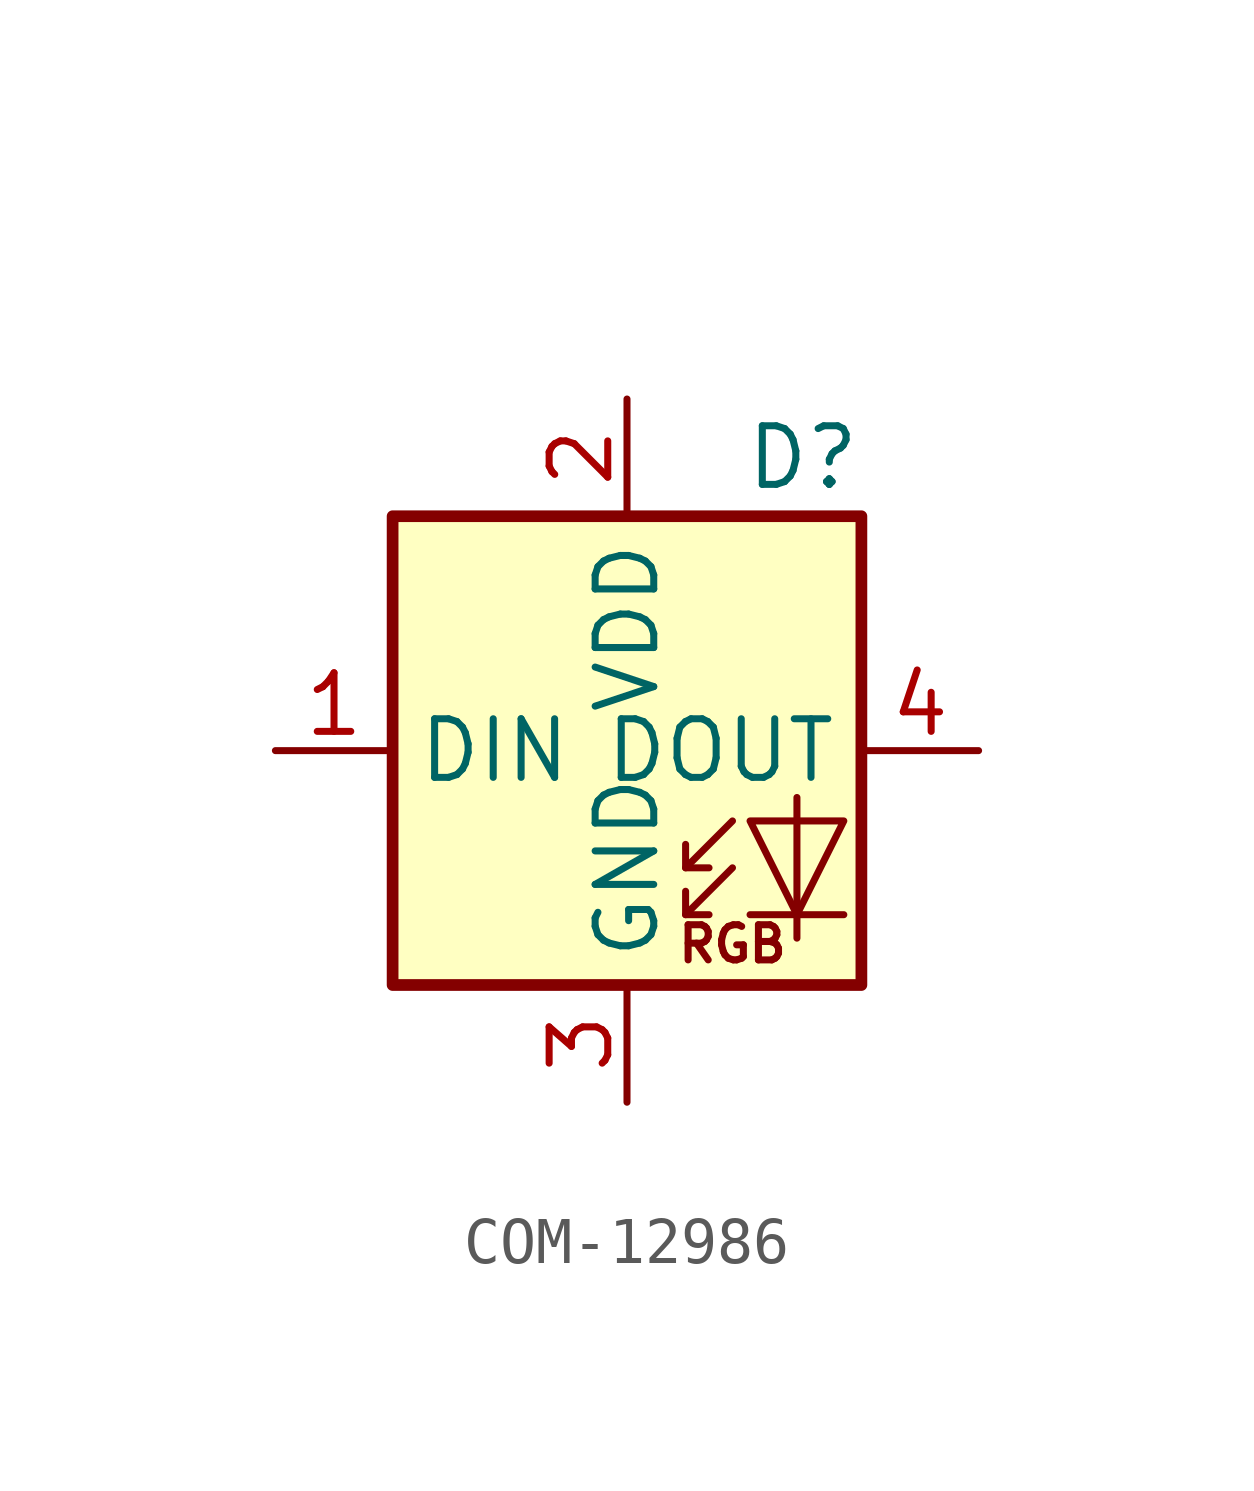
<source format=kicad_sym>
(kicad_symbol_lib
  (version 20220914)
  (generator kicad_symbol_editor)
  (symbol "COM-12986"
    (property "Reference" "D"
      (at 3.81 6.35 0)
      (effects (font (size 1.27 1.27))))
    (property "Value" ""
      (at 1.27 10.16 0)
      (effects (font (size 1.27 1.27))))
    (symbol "COM-12986_0_0"
      (text "RGB" (at 2.286 -4.191 0) (effects (font (size 0.762 0.762)))))
    (symbol "COM-12986_0_1"
      (rectangle (start -5.08 5.08) (end 5.08 -5.08) (stroke (width 0.254) (type default)) (fill (type background)))
      (polyline (pts (xy 1.27 -3.556) (xy 1.778 -3.556)) (stroke (width 0) (type default)) (fill (type none)))
      (polyline (pts (xy 1.27 -2.54) (xy 1.778 -2.54)) (stroke (width 0) (type default)) (fill (type none)))
      (polyline (pts (xy 4.699 -3.556) (xy 2.667 -3.556)) (stroke (width 0) (type default)) (fill (type none)))
      (polyline (pts (xy 2.286 -2.54) (xy 1.27 -3.556) (xy 1.27 -3.048)) (stroke (width 0) (type default)) (fill (type none)))
      (polyline (pts (xy 2.286 -1.524) (xy 1.27 -2.54) (xy 1.27 -2.032)) (stroke (width 0) (type default)) (fill (type none)))
      (polyline (pts (xy 3.683 -1.016) (xy 3.683 -3.556) (xy 3.683 -4.064)) (stroke (width 0) (type default)) (fill (type none)))
      (polyline (pts (xy 4.699 -1.524) (xy 2.667 -1.524) (xy 3.683 -3.556) (xy 4.699 -1.524)) (stroke (width 0) (type default)) (fill (type none))))
    (symbol "COM-12986_1_1"
      (pin input line (at -7.62 0 0) (length 2.54) (name "DIN" (effects (font (size 1.27 1.27)))) (number "1" (effects (font (size 1.27 1.27)))))
      (pin power_in line (at 0 7.62 270) (length 2.54) (name "VDD" (effects (font (size 1.27 1.27)))) (number "2" (effects (font (size 1.27 1.27)))))
      (pin power_in line (at 0 -7.62 90) (length 2.54) (name "GND" (effects (font (size 1.27 1.27)))) (number "3" (effects (font (size 1.27 1.27)))))
      (pin output line (at 7.62 0 180) (length 2.54) (name "DOUT" (effects (font (size 1.27 1.27)))) (number "4" (effects (font (size 1.27 1.27))))))))
</source>
